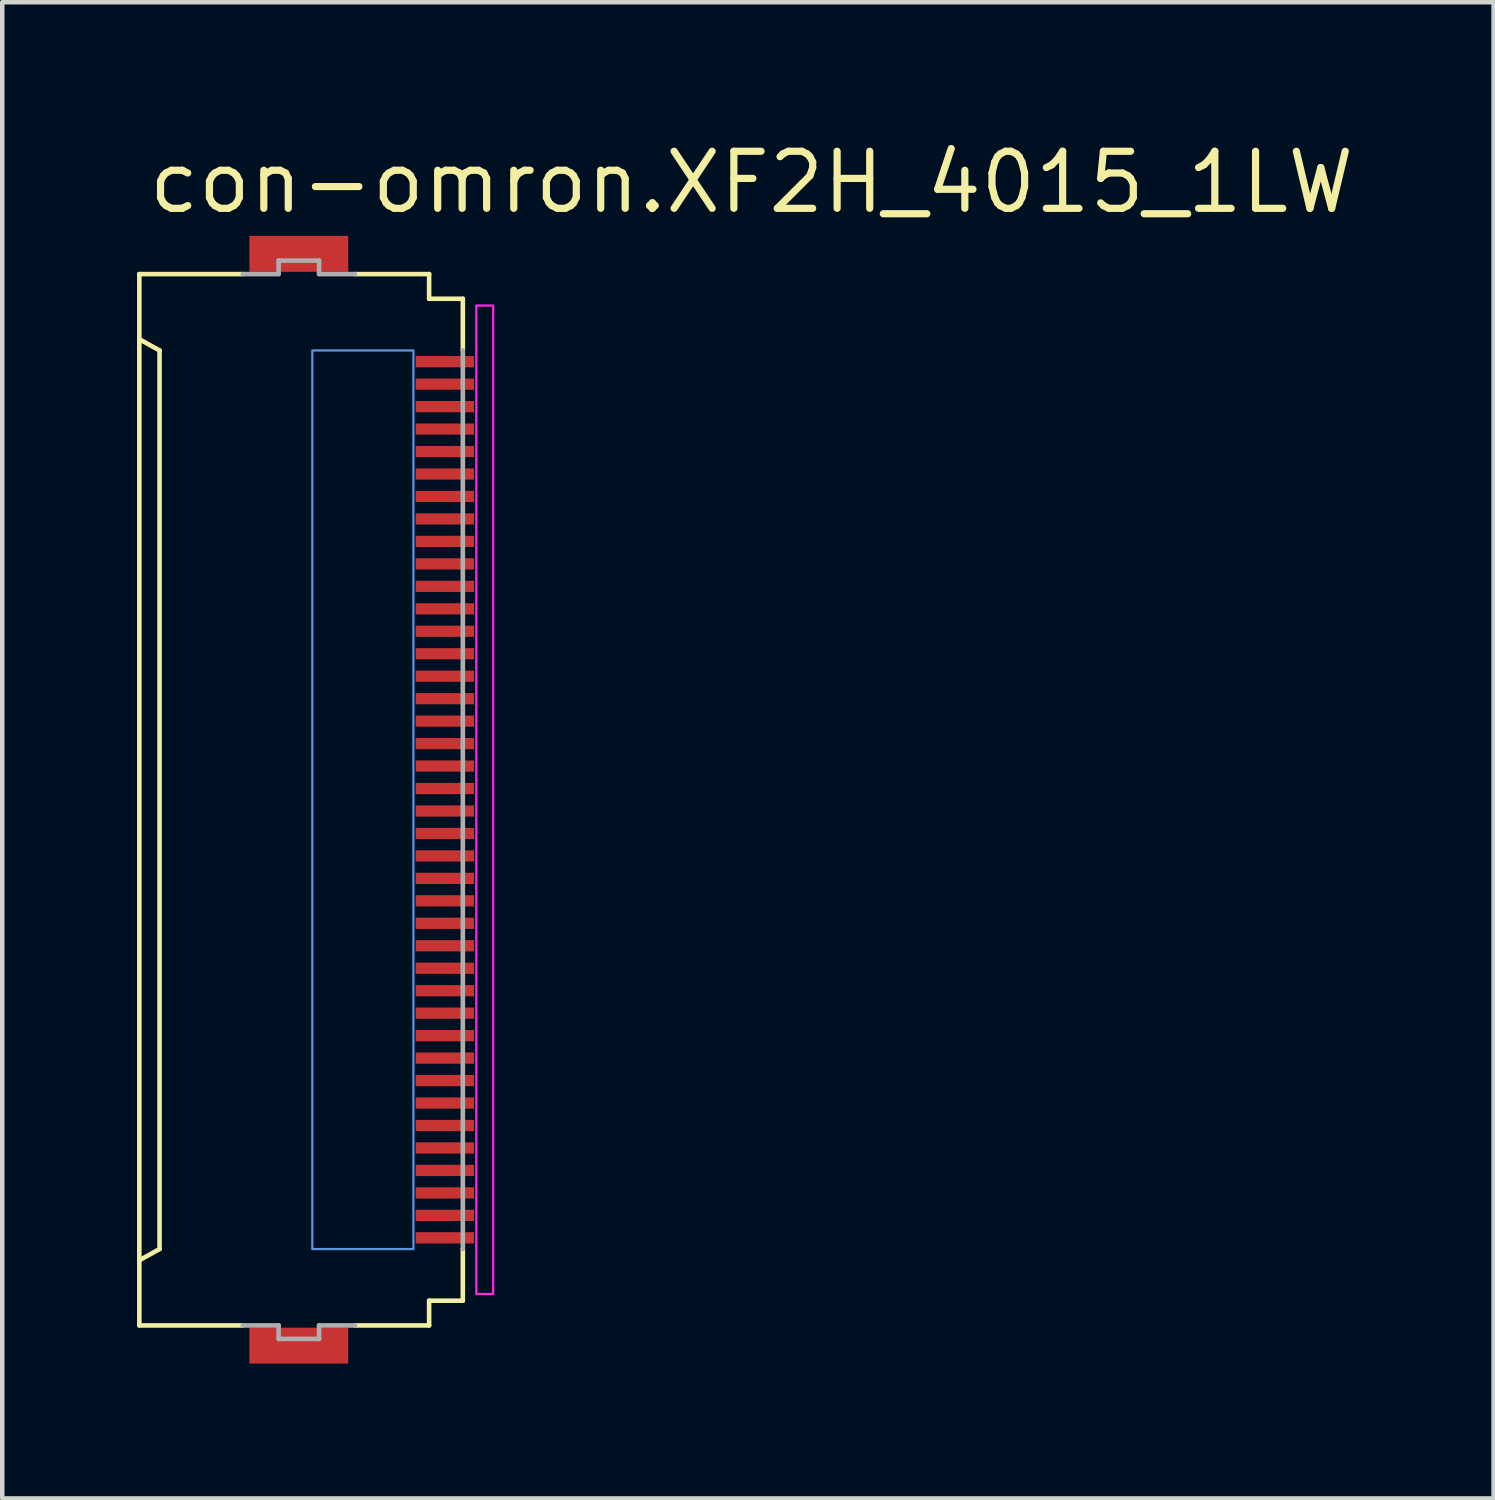
<source format=kicad_pcb>
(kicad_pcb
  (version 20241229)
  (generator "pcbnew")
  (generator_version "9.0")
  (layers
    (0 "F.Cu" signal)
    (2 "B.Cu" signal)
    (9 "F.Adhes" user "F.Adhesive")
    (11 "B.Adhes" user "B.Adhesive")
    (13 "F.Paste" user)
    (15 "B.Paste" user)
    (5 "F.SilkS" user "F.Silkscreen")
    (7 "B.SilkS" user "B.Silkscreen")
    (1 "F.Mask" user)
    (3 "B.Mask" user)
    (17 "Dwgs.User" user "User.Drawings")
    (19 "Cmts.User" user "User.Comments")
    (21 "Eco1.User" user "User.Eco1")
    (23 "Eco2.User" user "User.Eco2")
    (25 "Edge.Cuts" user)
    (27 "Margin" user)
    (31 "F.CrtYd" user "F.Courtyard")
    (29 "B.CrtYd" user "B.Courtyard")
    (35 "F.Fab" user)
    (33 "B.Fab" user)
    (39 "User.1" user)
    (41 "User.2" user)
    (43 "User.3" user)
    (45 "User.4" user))
  (footprint "con-omron.XF2H_4015_1LW"
    (layer "F.Cu")
    (at 3.676 14.75)
    (property "Reference" "con-omron.XF2H_4015_1LW" (at -3.5 -13 0) (layer "F.SilkS") (effects (font (size 1.27 1.27) (thickness 0.16)) (justify left bottom)))
    (attr smd)
    (fp_rect (start 2.475 -9.575) (end 3.875 -9.925) (stroke (width 0.05) (type default)) (fill yes) (layer "F.Mask"))
    (fp_rect (start 2.475 -9.075) (end 3.875 -9.425) (stroke (width 0.05) (type default)) (fill yes) (layer "F.Mask"))
    (fp_rect (start 2.475 -8.575) (end 3.875 -8.925) (stroke (width 0.05) (type default)) (fill yes) (layer "F.Mask"))
    (fp_rect (start 2.475 -8.075) (end 3.875 -8.425) (stroke (width 0.05) (type default)) (fill yes) (layer "F.Mask"))
    (fp_rect (start 2.475 -7.575) (end 3.875 -7.925) (stroke (width 0.05) (type default)) (fill yes) (layer "F.Mask"))
    (fp_rect (start 2.475 -7.075) (end 3.875 -7.425) (stroke (width 0.05) (type default)) (fill yes) (layer "F.Mask"))
    (fp_rect (start 2.475 -6.575) (end 3.875 -6.925) (stroke (width 0.05) (type default)) (fill yes) (layer "F.Mask"))
    (fp_rect (start 2.475 -6.075) (end 3.875 -6.425) (stroke (width 0.05) (type default)) (fill yes) (layer "F.Mask"))
    (fp_rect (start 2.475 -5.575) (end 3.875 -5.925) (stroke (width 0.05) (type default)) (fill yes) (layer "F.Mask"))
    (fp_rect (start 2.475 -5.075) (end 3.875 -5.425) (stroke (width 0.05) (type default)) (fill yes) (layer "F.Mask"))
    (fp_rect (start 2.475 -4.575) (end 3.875 -4.925) (stroke (width 0.05) (type default)) (fill yes) (layer "F.Mask"))
    (fp_rect (start 2.475 -4.075) (end 3.875 -4.425) (stroke (width 0.05) (type default)) (fill yes) (layer "F.Mask"))
    (fp_rect (start 2.475 -3.575) (end 3.875 -3.925) (stroke (width 0.05) (type default)) (fill yes) (layer "F.Mask"))
    (fp_rect (start 2.475 -3.075) (end 3.875 -3.425) (stroke (width 0.05) (type default)) (fill yes) (layer "F.Mask"))
    (fp_rect (start 2.475 -2.575) (end 3.875 -2.925) (stroke (width 0.05) (type default)) (fill yes) (layer "F.Mask"))
    (fp_rect (start 2.475 -2.075) (end 3.875 -2.425) (stroke (width 0.05) (type default)) (fill yes) (layer "F.Mask"))
    (fp_rect (start 2.475 -1.575) (end 3.875 -1.925) (stroke (width 0.05) (type default)) (fill yes) (layer "F.Mask"))
    (fp_rect (start 2.475 -1.075) (end 3.875 -1.425) (stroke (width 0.05) (type default)) (fill yes) (layer "F.Mask"))
    (fp_rect (start 2.475 -0.575) (end 3.875 -0.925) (stroke (width 0.05) (type default)) (fill yes) (layer "F.Mask"))
    (fp_rect (start 2.475 -0.075) (end 3.875 -0.425) (stroke (width 0.05) (type default)) (fill yes) (layer "F.Mask"))
    (fp_rect (start 2.475 0.425) (end 3.875 0.075) (stroke (width 0.05) (type default)) (fill yes) (layer "F.Mask"))
    (fp_rect (start 2.475 0.925) (end 3.875 0.575) (stroke (width 0.05) (type default)) (fill yes) (layer "F.Mask"))
    (fp_rect (start 2.475 1.425) (end 3.875 1.075) (stroke (width 0.05) (type default)) (fill yes) (layer "F.Mask"))
    (fp_rect (start 2.475 1.925) (end 3.875 1.575) (stroke (width 0.05) (type default)) (fill yes) (layer "F.Mask"))
    (fp_rect (start 2.475 2.425) (end 3.875 2.075) (stroke (width 0.05) (type default)) (fill yes) (layer "F.Mask"))
    (fp_rect (start 2.475 2.925) (end 3.875 2.575) (stroke (width 0.05) (type default)) (fill yes) (layer "F.Mask"))
    (fp_rect (start 2.475 3.425) (end 3.875 3.075) (stroke (width 0.05) (type default)) (fill yes) (layer "F.Mask"))
    (fp_rect (start 2.475 3.925) (end 3.875 3.575) (stroke (width 0.05) (type default)) (fill yes) (layer "F.Mask"))
    (fp_rect (start 2.475 4.425) (end 3.875 4.075) (stroke (width 0.05) (type default)) (fill yes) (layer "F.Mask"))
    (fp_rect (start 2.475 4.925) (end 3.875 4.575) (stroke (width 0.05) (type default)) (fill yes) (layer "F.Mask"))
    (fp_rect (start 2.475 5.425) (end 3.875 5.075) (stroke (width 0.05) (type default)) (fill yes) (layer "F.Mask"))
    (fp_rect (start 2.475 5.925) (end 3.875 5.575) (stroke (width 0.05) (type default)) (fill yes) (layer "F.Mask"))
    (fp_rect (start 2.475 6.425) (end 3.875 6.075) (stroke (width 0.05) (type default)) (fill yes) (layer "F.Mask"))
    (fp_rect (start 2.475 6.925) (end 3.875 6.575) (stroke (width 0.05) (type default)) (fill yes) (layer "F.Mask"))
    (fp_rect (start 2.475 7.425) (end 3.875 7.075) (stroke (width 0.05) (type default)) (fill yes) (layer "F.Mask"))
    (fp_rect (start 2.475 7.925) (end 3.875 7.575) (stroke (width 0.05) (type default)) (fill yes) (layer "F.Mask"))
    (fp_rect (start 2.475 8.425) (end 3.875 8.075) (stroke (width 0.05) (type default)) (fill yes) (layer "F.Mask"))
    (fp_rect (start 2.475 8.925) (end 3.875 8.575) (stroke (width 0.05) (type default)) (fill yes) (layer "F.Mask"))
    (fp_rect (start 2.475 9.425) (end 3.875 9.075) (stroke (width 0.05) (type default)) (fill yes) (layer "F.Mask"))
    (fp_rect (start 2.475 9.925) (end 3.875 9.575) (stroke (width 0.05) (type default)) (fill yes) (layer "F.Mask"))
    (fp_line (start -3.625 -11.7) (end -1.325 -11.7) (stroke (width 0.102) (type default)) (layer "F.SilkS"))
    (fp_line (start -3.625 -10.25) (end -3.625 -11.7) (stroke (width 0.102) (type default)) (layer "F.SilkS"))
    (fp_line (start -3.625 -10.25) (end -3.625 10.25) (stroke (width 0.102) (type default)) (layer "F.SilkS"))
    (fp_line (start -3.625 10.25) (end -3.175 10) (stroke (width 0.102) (type default)) (layer "F.SilkS"))
    (fp_line (start -3.625 11.7) (end -3.625 10.25) (stroke (width 0.102) (type default)) (layer "F.SilkS"))
    (fp_line (start -3.175 -10) (end -3.625 -10.25) (stroke (width 0.102) (type default)) (layer "F.SilkS"))
    (fp_line (start -3.175 10) (end -3.175 -10) (stroke (width 0.102) (type default)) (layer "F.SilkS"))
    (fp_line (start -1.325 11.7) (end -3.625 11.7) (stroke (width 0.102) (type default)) (layer "F.SilkS"))
    (fp_line (start 1.175 -11.7) (end 2.825 -11.7) (stroke (width 0.102) (type default)) (layer "F.SilkS"))
    (fp_line (start 1.175 11.7) (end 2.825 11.7) (stroke (width 0.102) (type default)) (layer "F.SilkS"))
    (fp_line (start 2.825 -11.7) (end 2.825 -11.15) (stroke (width 0.102) (type default)) (layer "F.SilkS"))
    (fp_line (start 2.825 -11.15) (end 3.575 -11.15) (stroke (width 0.102) (type default)) (layer "F.SilkS"))
    (fp_line (start 2.825 11.15) (end 2.825 11.7) (stroke (width 0.102) (type default)) (layer "F.SilkS"))
    (fp_line (start 2.825 11.15) (end 3.575 11.15) (stroke (width 0.102) (type default)) (layer "F.SilkS"))
    (fp_line (start 3.575 -11.15) (end 3.575 -10) (stroke (width 0.102) (type default)) (layer "F.SilkS"))
    (fp_line (start 3.575 10) (end 3.575 11.15) (stroke (width 0.102) (type default)) (layer "F.SilkS"))
    (fp_rect (start 0.225 10) (end 2.475 -10) (stroke (width 0.05) (type default)) (fill no) (layer "Cmts.User"))
    (fp_rect (start 3.875 11) (end 4.25 -11) (stroke (width 0.05) (type default)) (fill no) (layer "F.CrtYd"))
    (fp_line (start -1.325 -11.7) (end -0.525 -11.7) (stroke (width 0.102) (type default)) (layer "F.Fab"))
    (fp_line (start -0.525 -12) (end 0.375 -12) (stroke (width 0.102) (type default)) (layer "F.Fab"))
    (fp_line (start -0.525 -11.7) (end -0.525 -12) (stroke (width 0.102) (type default)) (layer "F.Fab"))
    (fp_line (start -0.525 11.7) (end -1.325 11.7) (stroke (width 0.102) (type default)) (layer "F.Fab"))
    (fp_line (start -0.525 12) (end -0.525 11.7) (stroke (width 0.102) (type default)) (layer "F.Fab"))
    (fp_line (start 0.375 -12) (end 0.375 -11.7) (stroke (width 0.102) (type default)) (layer "F.Fab"))
    (fp_line (start 0.375 -11.7) (end 1.175 -11.7) (stroke (width 0.102) (type default)) (layer "F.Fab"))
    (fp_line (start 0.375 11.7) (end 0.375 12) (stroke (width 0.102) (type default)) (layer "F.Fab"))
    (fp_line (start 0.375 12) (end -0.525 12) (stroke (width 0.102) (type default)) (layer "F.Fab"))
    (fp_line (start 1.175 11.7) (end 0.375 11.7) (stroke (width 0.102) (type default)) (layer "F.Fab"))
    (fp_line (start 3.575 -10) (end 3.575 10) (stroke (width 0.102) (type default)) (layer "F.Fab"))
    (pad "1" smd roundrect (at 3.175 -9.75) (size 1.3 0.25) (layers "F.Cu" "F.Mask" "F.Paste") (roundrect_rratio 0.01))
    (pad "2" smd roundrect (at 3.175 -9.25) (size 1.3 0.25) (layers "F.Cu" "F.Mask" "F.Paste") (roundrect_rratio 0.01))
    (pad "3" smd roundrect (at 3.175 -8.75) (size 1.3 0.25) (layers "F.Cu" "F.Mask" "F.Paste") (roundrect_rratio 0.01))
    (pad "4" smd roundrect (at 3.175 -8.25) (size 1.3 0.25) (layers "F.Cu" "F.Mask" "F.Paste") (roundrect_rratio 0.01))
    (pad "5" smd roundrect (at 3.175 -7.75) (size 1.3 0.25) (layers "F.Cu" "F.Mask" "F.Paste") (roundrect_rratio 0.01))
    (pad "6" smd roundrect (at 3.175 -7.25) (size 1.3 0.25) (layers "F.Cu" "F.Mask" "F.Paste") (roundrect_rratio 0.01))
    (pad "7" smd roundrect (at 3.175 -6.75) (size 1.3 0.25) (layers "F.Cu" "F.Mask" "F.Paste") (roundrect_rratio 0.01))
    (pad "8" smd roundrect (at 3.175 -6.25) (size 1.3 0.25) (layers "F.Cu" "F.Mask" "F.Paste") (roundrect_rratio 0.01))
    (pad "9" smd roundrect (at 3.175 -5.75) (size 1.3 0.25) (layers "F.Cu" "F.Mask" "F.Paste") (roundrect_rratio 0.01))
    (pad "10" smd roundrect (at 3.175 -5.25) (size 1.3 0.25) (layers "F.Cu" "F.Mask" "F.Paste") (roundrect_rratio 0.01))
    (pad "11" smd roundrect (at 3.175 -4.75) (size 1.3 0.25) (layers "F.Cu" "F.Mask" "F.Paste") (roundrect_rratio 0.01))
    (pad "12" smd roundrect (at 3.175 -4.25) (size 1.3 0.25) (layers "F.Cu" "F.Mask" "F.Paste") (roundrect_rratio 0.01))
    (pad "13" smd roundrect (at 3.175 -3.75) (size 1.3 0.25) (layers "F.Cu" "F.Mask" "F.Paste") (roundrect_rratio 0.01))
    (pad "14" smd roundrect (at 3.175 -3.25) (size 1.3 0.25) (layers "F.Cu" "F.Mask" "F.Paste") (roundrect_rratio 0.01))
    (pad "15" smd roundrect (at 3.175 -2.75) (size 1.3 0.25) (layers "F.Cu" "F.Mask" "F.Paste") (roundrect_rratio 0.01))
    (pad "16" smd roundrect (at 3.175 -2.25) (size 1.3 0.25) (layers "F.Cu" "F.Mask" "F.Paste") (roundrect_rratio 0.01))
    (pad "17" smd roundrect (at 3.175 -1.75) (size 1.3 0.25) (layers "F.Cu" "F.Mask" "F.Paste") (roundrect_rratio 0.01))
    (pad "18" smd roundrect (at 3.175 -1.25) (size 1.3 0.25) (layers "F.Cu" "F.Mask" "F.Paste") (roundrect_rratio 0.01))
    (pad "19" smd roundrect (at 3.175 -0.75) (size 1.3 0.25) (layers "F.Cu" "F.Mask" "F.Paste") (roundrect_rratio 0.01))
    (pad "20" smd roundrect (at 3.175 -0.25) (size 1.3 0.25) (layers "F.Cu" "F.Mask" "F.Paste") (roundrect_rratio 0.01))
    (pad "21" smd roundrect (at 3.175 0.25) (size 1.3 0.25) (layers "F.Cu" "F.Mask" "F.Paste") (roundrect_rratio 0.01))
    (pad "22" smd roundrect (at 3.175 0.75) (size 1.3 0.25) (layers "F.Cu" "F.Mask" "F.Paste") (roundrect_rratio 0.01))
    (pad "23" smd roundrect (at 3.175 1.25) (size 1.3 0.25) (layers "F.Cu" "F.Mask" "F.Paste") (roundrect_rratio 0.01))
    (pad "24" smd roundrect (at 3.175 1.75) (size 1.3 0.25) (layers "F.Cu" "F.Mask" "F.Paste") (roundrect_rratio 0.01))
    (pad "25" smd roundrect (at 3.175 2.25) (size 1.3 0.25) (layers "F.Cu" "F.Mask" "F.Paste") (roundrect_rratio 0.01))
    (pad "26" smd roundrect (at 3.175 2.75) (size 1.3 0.25) (layers "F.Cu" "F.Mask" "F.Paste") (roundrect_rratio 0.01))
    (pad "27" smd roundrect (at 3.175 3.25) (size 1.3 0.25) (layers "F.Cu" "F.Mask" "F.Paste") (roundrect_rratio 0.01))
    (pad "28" smd roundrect (at 3.175 3.75) (size 1.3 0.25) (layers "F.Cu" "F.Mask" "F.Paste") (roundrect_rratio 0.01))
    (pad "29" smd roundrect (at 3.175 4.25) (size 1.3 0.25) (layers "F.Cu" "F.Mask" "F.Paste") (roundrect_rratio 0.01))
    (pad "30" smd roundrect (at 3.175 4.75) (size 1.3 0.25) (layers "F.Cu" "F.Mask" "F.Paste") (roundrect_rratio 0.01))
    (pad "31" smd roundrect (at 3.175 5.25) (size 1.3 0.25) (layers "F.Cu" "F.Mask" "F.Paste") (roundrect_rratio 0.01))
    (pad "32" smd roundrect (at 3.175 5.75) (size 1.3 0.25) (layers "F.Cu" "F.Mask" "F.Paste") (roundrect_rratio 0.01))
    (pad "33" smd roundrect (at 3.175 6.25) (size 1.3 0.25) (layers "F.Cu" "F.Mask" "F.Paste") (roundrect_rratio 0.01))
    (pad "34" smd roundrect (at 3.175 6.75) (size 1.3 0.25) (layers "F.Cu" "F.Mask" "F.Paste") (roundrect_rratio 0.01))
    (pad "35" smd roundrect (at 3.175 7.25) (size 1.3 0.25) (layers "F.Cu" "F.Mask" "F.Paste") (roundrect_rratio 0.01))
    (pad "36" smd roundrect (at 3.175 7.75) (size 1.3 0.25) (layers "F.Cu" "F.Mask" "F.Paste") (roundrect_rratio 0.01))
    (pad "37" smd roundrect (at 3.175 8.25) (size 1.3 0.25) (layers "F.Cu" "F.Mask" "F.Paste") (roundrect_rratio 0.01))
    (pad "38" smd roundrect (at 3.175 8.75) (size 1.3 0.25) (layers "F.Cu" "F.Mask" "F.Paste") (roundrect_rratio 0.01))
    (pad "39" smd roundrect (at 3.175 9.25) (size 1.3 0.25) (layers "F.Cu" "F.Mask" "F.Paste") (roundrect_rratio 0.01))
    (pad "40" smd roundrect (at 3.175 9.75) (size 1.3 0.25) (layers "F.Cu" "F.Mask" "F.Paste") (roundrect_rratio 0.01))
    (pad "M1" smd roundrect (at -0.075 -12.15) (size 2.2 0.8) (layers "F.Cu" "F.Mask" "F.Paste") (roundrect_rratio 0.01))
    (pad "M2" smd roundrect (at -0.075 12.15) (size 2.2 0.8) (layers "F.Cu" "F.Mask" "F.Paste") (roundrect_rratio 0.01)))
  (gr_rect
    (start -3 -3)
    (end 30.193 30.3)
    (stroke (width 0.1) (type default))
    (fill no)
    (layer "Edge.Cuts")))
</source>
